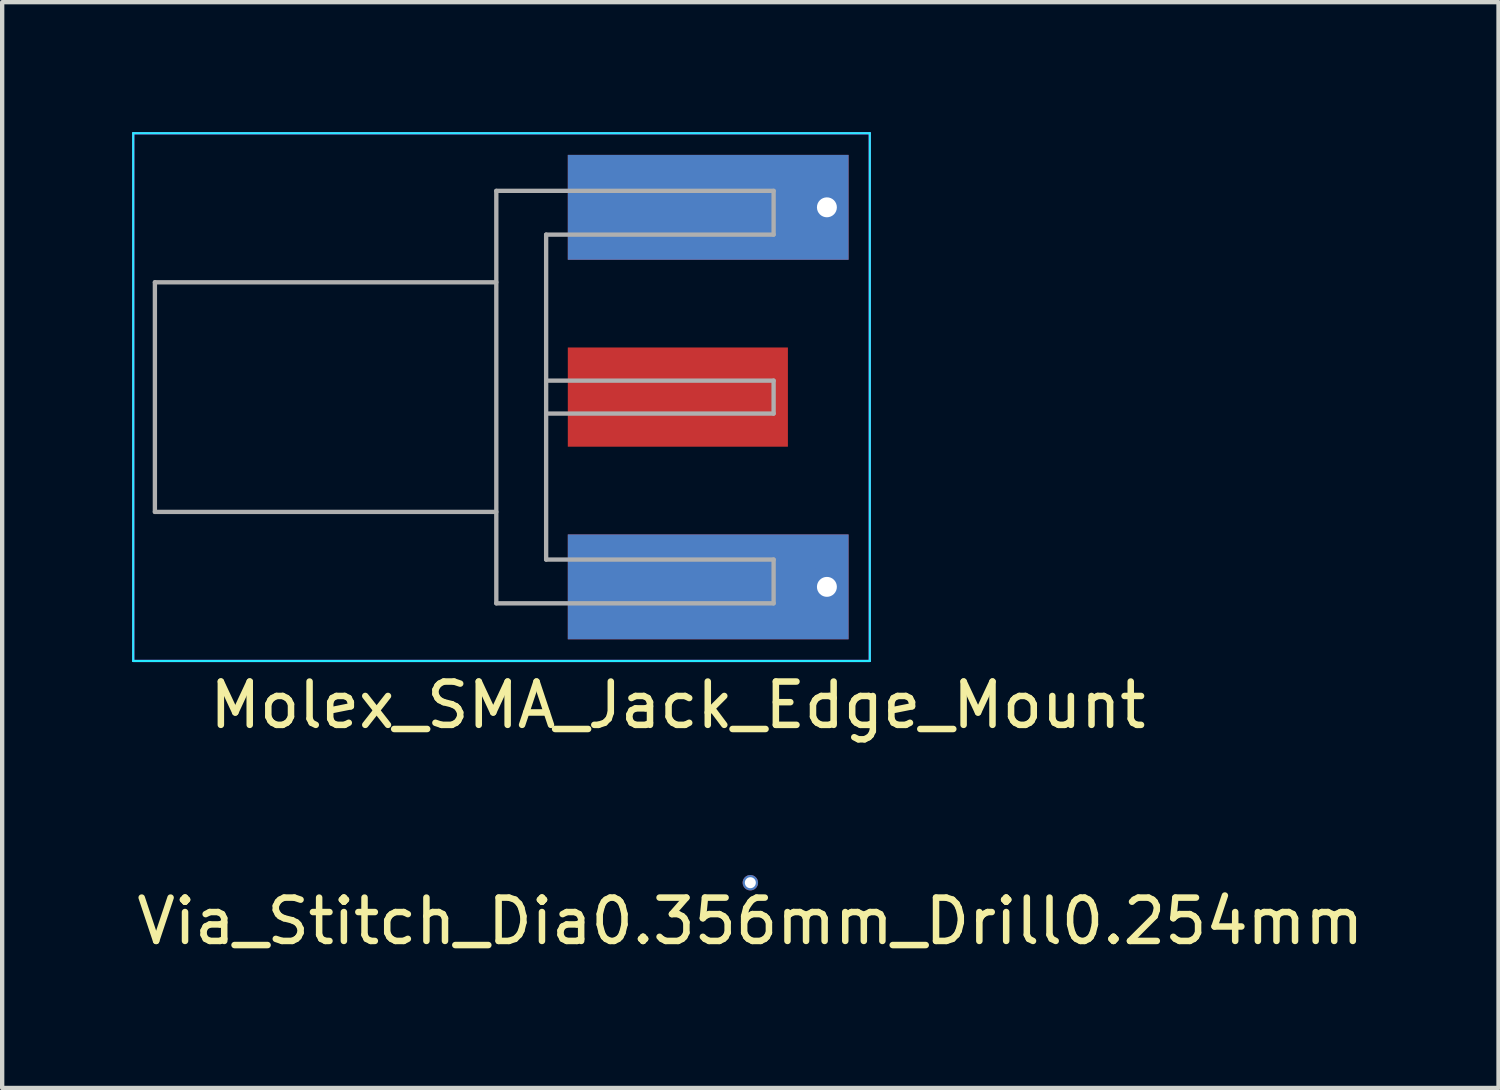
<source format=kicad_pcb>
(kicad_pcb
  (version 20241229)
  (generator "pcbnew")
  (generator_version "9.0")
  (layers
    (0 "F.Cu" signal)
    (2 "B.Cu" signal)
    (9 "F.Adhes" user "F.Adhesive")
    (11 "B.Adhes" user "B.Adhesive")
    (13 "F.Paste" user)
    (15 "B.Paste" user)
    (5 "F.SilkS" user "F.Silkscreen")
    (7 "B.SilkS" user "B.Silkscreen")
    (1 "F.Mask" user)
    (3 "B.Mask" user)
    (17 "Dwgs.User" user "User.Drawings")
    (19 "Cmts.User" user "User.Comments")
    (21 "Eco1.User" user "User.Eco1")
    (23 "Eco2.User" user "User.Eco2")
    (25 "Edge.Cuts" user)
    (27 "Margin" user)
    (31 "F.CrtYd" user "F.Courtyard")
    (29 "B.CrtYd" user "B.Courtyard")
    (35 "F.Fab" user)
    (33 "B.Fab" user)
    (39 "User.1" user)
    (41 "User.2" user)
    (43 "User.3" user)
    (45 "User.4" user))
  (footprint "Via_Stitch_Dia0.356mm_Drill0.254mm"
    (layer "F.Cu")
    (at 14.268 17.323)
    (property "Reference" "Via_Stitch_Dia0.356mm_Drill0.254mm" (at 0 0.889 0) (layer "F.SilkS") (effects (font (size 1 1) (thickness 0.15))))
    (attr through_hole)
    (pad "1" thru_hole circle (at 0 0) (size 0.356 0.356) (drill 0.254) (layers "*.Cu")))
  (footprint "Molex_SMA_Jack_Edge_Mount"
    (layer "F.Cu")
    (at 14.315 6.115)
    (property "Reference" "Molex_SMA_Jack_Edge_Mount" (at -1.72 7.11 0) (layer "F.SilkS") (effects (font (size 1 1) (thickness 0.15))))
    (attr smd)
    (fp_line (start -14.29 -6.09) (end -14.29 6.09) (stroke (width 0.05) (type solid)) (layer "B.CrtYd"))
    (fp_line (start -14.29 -6.09) (end 2.71 -6.09) (stroke (width 0.05) (type solid)) (layer "B.CrtYd"))
    (fp_line (start -14.29 6.09) (end 2.71 6.09) (stroke (width 0.05) (type solid)) (layer "B.CrtYd"))
    (fp_line (start 2.71 -6.09) (end 2.71 6.09) (stroke (width 0.05) (type solid)) (layer "B.CrtYd"))
    (fp_line (start -14.29 -6.09) (end -14.29 6.09) (stroke (width 0.05) (type solid)) (layer "F.CrtYd"))
    (fp_line (start -14.29 6.09) (end 2.71 6.09) (stroke (width 0.05) (type solid)) (layer "F.CrtYd"))
    (fp_line (start 2.71 -6.09) (end -14.29 -6.09) (stroke (width 0.05) (type solid)) (layer "F.CrtYd"))
    (fp_line (start 2.71 -6.09) (end 2.71 6.09) (stroke (width 0.05) (type solid)) (layer "F.CrtYd"))
    (fp_line (start -13.79 -2.65) (end -13.79 2.65) (stroke (width 0.1) (type solid)) (layer "F.Fab"))
    (fp_line (start -13.79 -2.65) (end -5.91 -2.65) (stroke (width 0.1) (type solid)) (layer "F.Fab"))
    (fp_line (start -13.79 2.65) (end -5.91 2.65) (stroke (width 0.1) (type solid)) (layer "F.Fab"))
    (fp_line (start -5.91 -4.76) (end -5.91 4.76) (stroke (width 0.1) (type solid)) (layer "F.Fab"))
    (fp_line (start -5.91 4.76) (end 0.49 4.76) (stroke (width 0.1) (type solid)) (layer "F.Fab"))
    (fp_line (start -4.76 -3.75) (end -4.76 3.75) (stroke (width 0.1) (type solid)) (layer "F.Fab"))
    (fp_line (start -4.76 -3.75) (end 0.49 -3.75) (stroke (width 0.1) (type solid)) (layer "F.Fab"))
    (fp_line (start -4.76 -0.38) (end 0.49 -0.38) (stroke (width 0.1) (type solid)) (layer "F.Fab"))
    (fp_line (start -4.76 0.38) (end 0.49 0.38) (stroke (width 0.1) (type solid)) (layer "F.Fab"))
    (fp_line (start -4.76 3.75) (end 0.49 3.75) (stroke (width 0.1) (type solid)) (layer "F.Fab"))
    (fp_line (start 0.49 -4.76) (end -5.91 -4.76) (stroke (width 0.1) (type solid)) (layer "F.Fab"))
    (fp_line (start 0.49 -4.76) (end 0.49 -3.75) (stroke (width 0.1) (type solid)) (layer "F.Fab"))
    (fp_line (start 0.49 -0.38) (end 0.49 0.38) (stroke (width 0.1) (type solid)) (layer "F.Fab"))
    (fp_line (start 0.49 3.75) (end 0.49 4.76) (stroke (width 0.1) (type solid)) (layer "F.Fab"))
    (pad "1" smd rect (at -1.72 0) (size 5.08 2.29) (layers "F.Cu" "F.Mask" "F.Paste"))
    (pad "2" smd rect (at -1.02 -4.38) (size 6.48 2.42) (layers "F.Cu" "F.Mask" "F.Paste"))
    (pad "2" smd rect (at -1.02 -4.38) (size 6.48 2.42) (layers "B.Cu" "B.Mask" "B.Paste"))
    (pad "2" smd rect (at -1.02 4.38) (size 6.48 2.42) (layers "F.Cu" "F.Mask" "F.Paste"))
    (pad "2" smd rect (at -1.02 4.38) (size 6.48 2.42) (layers "B.Cu" "B.Mask" "B.Paste"))
    (pad "2" thru_hole circle (at 1.72 -4.38) (size 0.97 0.97) (drill 0.46) (layers "*.Cu"))
    (pad "2" thru_hole circle (at 1.72 4.38) (size 0.97 0.97) (drill 0.46) (layers "*.Cu")))
  (gr_rect
    (start -3 -3)
    (end 31.536 22.061)
    (stroke (width 0.1) (type default))
    (fill no)
    (layer "Edge.Cuts")))
</source>
